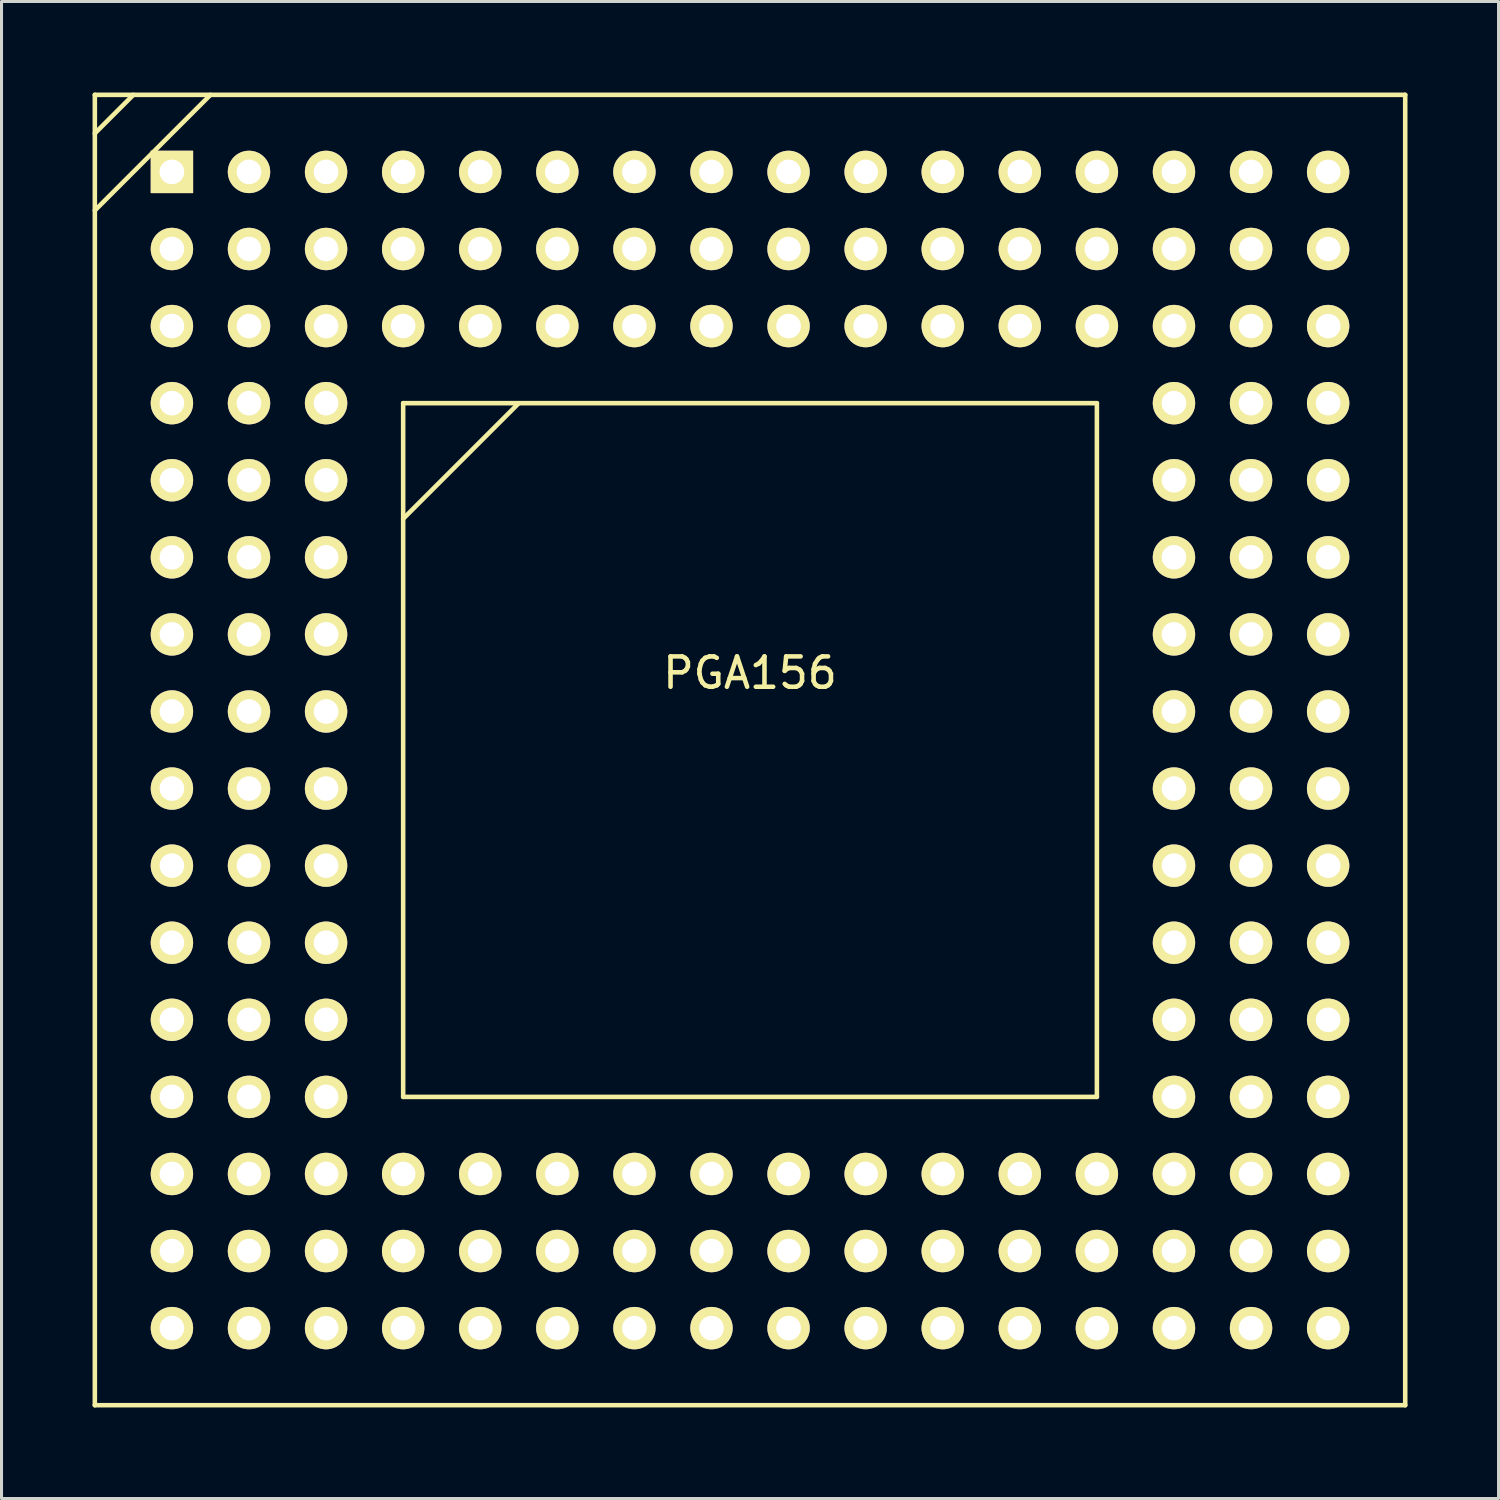
<source format=kicad_pcb>
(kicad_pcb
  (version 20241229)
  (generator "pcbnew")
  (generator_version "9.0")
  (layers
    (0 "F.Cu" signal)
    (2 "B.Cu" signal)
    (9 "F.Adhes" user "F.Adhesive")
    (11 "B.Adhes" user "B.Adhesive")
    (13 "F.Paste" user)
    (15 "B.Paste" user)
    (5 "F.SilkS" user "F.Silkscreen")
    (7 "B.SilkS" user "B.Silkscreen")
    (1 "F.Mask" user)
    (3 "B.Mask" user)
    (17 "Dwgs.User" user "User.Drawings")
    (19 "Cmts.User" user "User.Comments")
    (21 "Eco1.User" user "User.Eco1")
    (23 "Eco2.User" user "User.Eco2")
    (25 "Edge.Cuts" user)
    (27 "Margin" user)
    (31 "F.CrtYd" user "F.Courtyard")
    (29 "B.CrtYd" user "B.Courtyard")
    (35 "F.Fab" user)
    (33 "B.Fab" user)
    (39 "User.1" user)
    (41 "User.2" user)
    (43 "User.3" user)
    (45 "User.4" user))
  (footprint "PGA156"
    (layer "F.Cu")
    (at 21.665 21.665)
    (property "Reference" "PGA156" (at 0 -2.54 0) (layer "F.SilkS") (effects (font (size 1 1) (thickness 0.15))))
    (attr through_hole)
    (fp_line (start -21.59 -21.59) (end 21.59 -21.59) (stroke (width 0.15) (type solid)) (layer "F.SilkS"))
    (fp_line (start -21.59 -20.32) (end -20.32 -21.59) (stroke (width 0.15) (type solid)) (layer "F.SilkS"))
    (fp_line (start -21.59 -17.78) (end -17.78 -21.59) (stroke (width 0.15) (type solid)) (layer "F.SilkS"))
    (fp_line (start -21.59 21.59) (end -21.59 -21.59) (stroke (width 0.15) (type solid)) (layer "F.SilkS"))
    (fp_line (start -11.43 -11.43) (end 11.43 -11.43) (stroke (width 0.15) (type solid)) (layer "F.SilkS"))
    (fp_line (start -11.43 -7.62) (end -7.62 -11.43) (stroke (width 0.15) (type solid)) (layer "F.SilkS"))
    (fp_line (start -11.43 11.43) (end -11.43 -11.43) (stroke (width 0.15) (type solid)) (layer "F.SilkS"))
    (fp_line (start 11.43 -11.43) (end 11.43 11.43) (stroke (width 0.15) (type solid)) (layer "F.SilkS"))
    (fp_line (start 11.43 11.43) (end -11.43 11.43) (stroke (width 0.15) (type solid)) (layer "F.SilkS"))
    (fp_line (start 21.59 -21.59) (end 21.59 21.59) (stroke (width 0.15) (type solid)) (layer "F.SilkS"))
    (fp_line (start 21.59 21.59) (end -21.59 21.59) (stroke (width 0.15) (type solid)) (layer "F.SilkS"))
    (pad "A1" thru_hole rect (at -19.05 -19.05) (size 1.397 1.397) (drill 0.813) (layers "*.Cu" "*.Mask" "F.SilkS"))
    (pad "A2" thru_hole circle (at -16.51 -19.05) (size 1.397 1.397) (drill 0.813) (layers "*.Cu" "*.Mask" "F.SilkS"))
    (pad "A3" thru_hole circle (at -13.97 -19.05) (size 1.397 1.397) (drill 0.813) (layers "*.Cu" "*.Mask" "F.SilkS"))
    (pad "A4" thru_hole circle (at -11.43 -19.05) (size 1.397 1.397) (drill 0.813) (layers "*.Cu" "*.Mask" "F.SilkS"))
    (pad "A5" thru_hole circle (at -8.89 -19.05) (size 1.397 1.397) (drill 0.813) (layers "*.Cu" "*.Mask" "F.SilkS"))
    (pad "A6" thru_hole circle (at -6.35 -19.05) (size 1.397 1.397) (drill 0.813) (layers "*.Cu" "*.Mask" "F.SilkS"))
    (pad "A7" thru_hole circle (at -3.81 -19.05) (size 1.397 1.397) (drill 0.813) (layers "*.Cu" "*.Mask" "F.SilkS"))
    (pad "A8" thru_hole circle (at -1.27 -19.05) (size 1.397 1.397) (drill 0.813) (layers "*.Cu" "*.Mask" "F.SilkS"))
    (pad "A9" thru_hole circle (at 1.27 -19.05) (size 1.397 1.397) (drill 0.813) (layers "*.Cu" "*.Mask" "F.SilkS"))
    (pad "A10" thru_hole circle (at 3.81 -19.05) (size 1.397 1.397) (drill 0.813) (layers "*.Cu" "*.Mask" "F.SilkS"))
    (pad "A11" thru_hole circle (at 6.35 -19.05) (size 1.397 1.397) (drill 0.813) (layers "*.Cu" "*.Mask" "F.SilkS"))
    (pad "A12" thru_hole circle (at 8.89 -19.05) (size 1.397 1.397) (drill 0.813) (layers "*.Cu" "*.Mask" "F.SilkS"))
    (pad "A13" thru_hole circle (at 11.43 -19.05) (size 1.397 1.397) (drill 0.813) (layers "*.Cu" "*.Mask" "F.SilkS"))
    (pad "A14" thru_hole circle (at 13.97 -19.05) (size 1.397 1.397) (drill 0.813) (layers "*.Cu" "*.Mask" "F.SilkS"))
    (pad "A15" thru_hole circle (at 16.51 -19.05) (size 1.397 1.397) (drill 0.813) (layers "*.Cu" "*.Mask" "F.SilkS"))
    (pad "A16" thru_hole circle (at 19.05 -19.05) (size 1.397 1.397) (drill 0.813) (layers "*.Cu" "*.Mask" "F.SilkS"))
    (pad "B1" thru_hole circle (at -19.05 -16.51) (size 1.397 1.397) (drill 0.813) (layers "*.Cu" "*.Mask" "F.SilkS"))
    (pad "B2" thru_hole circle (at -16.51 -16.51) (size 1.397 1.397) (drill 0.813) (layers "*.Cu" "*.Mask" "F.SilkS"))
    (pad "B3" thru_hole circle (at -13.97 -16.51) (size 1.397 1.397) (drill 0.813) (layers "*.Cu" "*.Mask" "F.SilkS"))
    (pad "B4" thru_hole circle (at -11.43 -16.51) (size 1.397 1.397) (drill 0.813) (layers "*.Cu" "*.Mask" "F.SilkS"))
    (pad "B5" thru_hole circle (at -8.89 -16.51) (size 1.397 1.397) (drill 0.813) (layers "*.Cu" "*.Mask" "F.SilkS"))
    (pad "B6" thru_hole circle (at -6.35 -16.51) (size 1.397 1.397) (drill 0.813) (layers "*.Cu" "*.Mask" "F.SilkS"))
    (pad "B7" thru_hole circle (at -3.81 -16.51) (size 1.397 1.397) (drill 0.813) (layers "*.Cu" "*.Mask" "F.SilkS"))
    (pad "B8" thru_hole circle (at -1.27 -16.51) (size 1.397 1.397) (drill 0.813) (layers "*.Cu" "*.Mask" "F.SilkS"))
    (pad "B9" thru_hole circle (at 1.27 -16.51) (size 1.397 1.397) (drill 0.813) (layers "*.Cu" "*.Mask" "F.SilkS"))
    (pad "B10" thru_hole circle (at 3.81 -16.51) (size 1.397 1.397) (drill 0.813) (layers "*.Cu" "*.Mask" "F.SilkS"))
    (pad "B11" thru_hole circle (at 6.35 -16.51) (size 1.397 1.397) (drill 0.813) (layers "*.Cu" "*.Mask" "F.SilkS"))
    (pad "B12" thru_hole circle (at 8.89 -16.51) (size 1.397 1.397) (drill 0.813) (layers "*.Cu" "*.Mask" "F.SilkS"))
    (pad "B13" thru_hole circle (at 11.43 -16.51) (size 1.397 1.397) (drill 0.813) (layers "*.Cu" "*.Mask" "F.SilkS"))
    (pad "B14" thru_hole circle (at 13.97 -16.51) (size 1.397 1.397) (drill 0.813) (layers "*.Cu" "*.Mask" "F.SilkS"))
    (pad "B15" thru_hole circle (at 16.51 -16.51) (size 1.397 1.397) (drill 0.813) (layers "*.Cu" "*.Mask" "F.SilkS"))
    (pad "B16" thru_hole circle (at 19.05 -16.51) (size 1.397 1.397) (drill 0.813) (layers "*.Cu" "*.Mask" "F.SilkS"))
    (pad "C1" thru_hole circle (at -19.05 -13.97) (size 1.397 1.397) (drill 0.813) (layers "*.Cu" "*.Mask" "F.SilkS"))
    (pad "C2" thru_hole circle (at -16.51 -13.97) (size 1.397 1.397) (drill 0.813) (layers "*.Cu" "*.Mask" "F.SilkS"))
    (pad "C3" thru_hole circle (at -13.97 -13.97) (size 1.397 1.397) (drill 0.813) (layers "*.Cu" "*.Mask" "F.SilkS"))
    (pad "C4" thru_hole circle (at -11.43 -13.97) (size 1.397 1.397) (drill 0.813) (layers "*.Cu" "*.Mask" "F.SilkS"))
    (pad "C5" thru_hole circle (at -8.89 -13.97) (size 1.397 1.397) (drill 0.813) (layers "*.Cu" "*.Mask" "F.SilkS"))
    (pad "C6" thru_hole circle (at -6.35 -13.97) (size 1.397 1.397) (drill 0.813) (layers "*.Cu" "*.Mask" "F.SilkS"))
    (pad "C7" thru_hole circle (at -3.81 -13.97) (size 1.397 1.397) (drill 0.813) (layers "*.Cu" "*.Mask" "F.SilkS"))
    (pad "C8" thru_hole circle (at -1.27 -13.97) (size 1.397 1.397) (drill 0.813) (layers "*.Cu" "*.Mask" "F.SilkS"))
    (pad "C9" thru_hole circle (at 1.27 -13.97) (size 1.397 1.397) (drill 0.813) (layers "*.Cu" "*.Mask" "F.SilkS"))
    (pad "C10" thru_hole circle (at 3.81 -13.97) (size 1.397 1.397) (drill 0.813) (layers "*.Cu" "*.Mask" "F.SilkS"))
    (pad "C11" thru_hole circle (at 6.35 -13.97) (size 1.397 1.397) (drill 0.813) (layers "*.Cu" "*.Mask" "F.SilkS"))
    (pad "C12" thru_hole circle (at 8.89 -13.97) (size 1.397 1.397) (drill 0.813) (layers "*.Cu" "*.Mask" "F.SilkS"))
    (pad "C13" thru_hole circle (at 11.43 -13.97) (size 1.397 1.397) (drill 0.813) (layers "*.Cu" "*.Mask" "F.SilkS"))
    (pad "C14" thru_hole circle (at 13.97 -13.97) (size 1.397 1.397) (drill 0.813) (layers "*.Cu" "*.Mask" "F.SilkS"))
    (pad "C15" thru_hole circle (at 16.51 -13.97) (size 1.397 1.397) (drill 0.813) (layers "*.Cu" "*.Mask" "F.SilkS"))
    (pad "C16" thru_hole circle (at 19.05 -13.97) (size 1.397 1.397) (drill 0.813) (layers "*.Cu" "*.Mask" "F.SilkS"))
    (pad "D1" thru_hole circle (at -19.05 -11.43) (size 1.397 1.397) (drill 0.813) (layers "*.Cu" "*.Mask" "F.SilkS"))
    (pad "D2" thru_hole circle (at -16.51 -11.43) (size 1.397 1.397) (drill 0.813) (layers "*.Cu" "*.Mask" "F.SilkS"))
    (pad "D3" thru_hole circle (at -13.97 -11.43) (size 1.397 1.397) (drill 0.813) (layers "*.Cu" "*.Mask" "F.SilkS"))
    (pad "D14" thru_hole circle (at 13.97 -11.43) (size 1.397 1.397) (drill 0.813) (layers "*.Cu" "*.Mask" "F.SilkS"))
    (pad "D15" thru_hole circle (at 16.51 -11.43) (size 1.397 1.397) (drill 0.813) (layers "*.Cu" "*.Mask" "F.SilkS"))
    (pad "D16" thru_hole circle (at 19.05 -11.43) (size 1.397 1.397) (drill 0.813) (layers "*.Cu" "*.Mask" "F.SilkS"))
    (pad "E1" thru_hole circle (at -19.05 -8.89) (size 1.397 1.397) (drill 0.813) (layers "*.Cu" "*.Mask" "F.SilkS"))
    (pad "E2" thru_hole circle (at -16.51 -8.89) (size 1.397 1.397) (drill 0.813) (layers "*.Cu" "*.Mask" "F.SilkS"))
    (pad "E3" thru_hole circle (at -13.97 -8.89) (size 1.397 1.397) (drill 0.813) (layers "*.Cu" "*.Mask" "F.SilkS"))
    (pad "E14" thru_hole circle (at 13.97 -8.89) (size 1.397 1.397) (drill 0.813) (layers "*.Cu" "*.Mask" "F.SilkS"))
    (pad "E15" thru_hole circle (at 16.51 -8.89) (size 1.397 1.397) (drill 0.813) (layers "*.Cu" "*.Mask" "F.SilkS"))
    (pad "E16" thru_hole circle (at 19.05 -8.89) (size 1.397 1.397) (drill 0.813) (layers "*.Cu" "*.Mask" "F.SilkS"))
    (pad "F1" thru_hole circle (at -19.05 -6.35) (size 1.397 1.397) (drill 0.813) (layers "*.Cu" "*.Mask" "F.SilkS"))
    (pad "F2" thru_hole circle (at -16.51 -6.35) (size 1.397 1.397) (drill 0.813) (layers "*.Cu" "*.Mask" "F.SilkS"))
    (pad "F3" thru_hole circle (at -13.97 -6.35) (size 1.397 1.397) (drill 0.813) (layers "*.Cu" "*.Mask" "F.SilkS"))
    (pad "F14" thru_hole circle (at 13.97 -6.35) (size 1.397 1.397) (drill 0.813) (layers "*.Cu" "*.Mask" "F.SilkS"))
    (pad "F15" thru_hole circle (at 16.51 -6.35) (size 1.397 1.397) (drill 0.813) (layers "*.Cu" "*.Mask" "F.SilkS"))
    (pad "F16" thru_hole circle (at 19.05 -6.35) (size 1.397 1.397) (drill 0.813) (layers "*.Cu" "*.Mask" "F.SilkS"))
    (pad "G1" thru_hole circle (at -19.05 -3.81) (size 1.397 1.397) (drill 0.813) (layers "*.Cu" "*.Mask" "F.SilkS"))
    (pad "G2" thru_hole circle (at -16.51 -3.81) (size 1.397 1.397) (drill 0.813) (layers "*.Cu" "*.Mask" "F.SilkS"))
    (pad "G3" thru_hole circle (at -13.97 -3.81) (size 1.397 1.397) (drill 0.813) (layers "*.Cu" "*.Mask" "F.SilkS"))
    (pad "G14" thru_hole circle (at 13.97 -3.81) (size 1.397 1.397) (drill 0.813) (layers "*.Cu" "*.Mask" "F.SilkS"))
    (pad "G15" thru_hole circle (at 16.51 -3.81) (size 1.397 1.397) (drill 0.813) (layers "*.Cu" "*.Mask" "F.SilkS"))
    (pad "G16" thru_hole circle (at 19.05 -3.81) (size 1.397 1.397) (drill 0.813) (layers "*.Cu" "*.Mask" "F.SilkS"))
    (pad "H1" thru_hole circle (at -19.05 -1.27) (size 1.397 1.397) (drill 0.813) (layers "*.Cu" "*.Mask" "F.SilkS"))
    (pad "H2" thru_hole circle (at -16.51 -1.27) (size 1.397 1.397) (drill 0.813) (layers "*.Cu" "*.Mask" "F.SilkS"))
    (pad "H3" thru_hole circle (at -13.97 -1.27) (size 1.397 1.397) (drill 0.813) (layers "*.Cu" "*.Mask" "F.SilkS"))
    (pad "H14" thru_hole circle (at 13.97 -1.27) (size 1.397 1.397) (drill 0.813) (layers "*.Cu" "*.Mask" "F.SilkS"))
    (pad "H15" thru_hole circle (at 16.51 -1.27) (size 1.397 1.397) (drill 0.813) (layers "*.Cu" "*.Mask" "F.SilkS"))
    (pad "H16" thru_hole circle (at 19.05 -1.27) (size 1.397 1.397) (drill 0.813) (layers "*.Cu" "*.Mask" "F.SilkS"))
    (pad "J1" thru_hole circle (at -19.05 1.27) (size 1.397 1.397) (drill 0.813) (layers "*.Cu" "*.Mask" "F.SilkS"))
    (pad "J2" thru_hole circle (at -16.51 1.27) (size 1.397 1.397) (drill 0.813) (layers "*.Cu" "*.Mask" "F.SilkS"))
    (pad "J3" thru_hole circle (at -13.97 1.27) (size 1.397 1.397) (drill 0.813) (layers "*.Cu" "*.Mask" "F.SilkS"))
    (pad "J14" thru_hole circle (at 13.97 1.27) (size 1.397 1.397) (drill 0.813) (layers "*.Cu" "*.Mask" "F.SilkS"))
    (pad "J15" thru_hole circle (at 16.51 1.27) (size 1.397 1.397) (drill 0.813) (layers "*.Cu" "*.Mask" "F.SilkS"))
    (pad "J16" thru_hole circle (at 19.05 1.27) (size 1.397 1.397) (drill 0.813) (layers "*.Cu" "*.Mask" "F.SilkS"))
    (pad "K1" thru_hole circle (at -19.05 3.81) (size 1.397 1.397) (drill 0.813) (layers "*.Cu" "*.Mask" "F.SilkS"))
    (pad "K2" thru_hole circle (at -16.51 3.81) (size 1.397 1.397) (drill 0.813) (layers "*.Cu" "*.Mask" "F.SilkS"))
    (pad "K3" thru_hole circle (at -13.97 3.81) (size 1.397 1.397) (drill 0.813) (layers "*.Cu" "*.Mask" "F.SilkS"))
    (pad "K14" thru_hole circle (at 13.97 3.81) (size 1.397 1.397) (drill 0.813) (layers "*.Cu" "*.Mask" "F.SilkS"))
    (pad "K15" thru_hole circle (at 16.51 3.81) (size 1.397 1.397) (drill 0.813) (layers "*.Cu" "*.Mask" "F.SilkS"))
    (pad "K16" thru_hole circle (at 19.05 3.81) (size 1.397 1.397) (drill 0.813) (layers "*.Cu" "*.Mask" "F.SilkS"))
    (pad "L1" thru_hole circle (at -19.05 6.35) (size 1.397 1.397) (drill 0.813) (layers "*.Cu" "*.Mask" "F.SilkS"))
    (pad "L2" thru_hole circle (at -16.51 6.35) (size 1.397 1.397) (drill 0.813) (layers "*.Cu" "*.Mask" "F.SilkS"))
    (pad "L3" thru_hole circle (at -13.97 6.35) (size 1.397 1.397) (drill 0.813) (layers "*.Cu" "*.Mask" "F.SilkS"))
    (pad "L14" thru_hole circle (at 13.97 6.35) (size 1.397 1.397) (drill 0.813) (layers "*.Cu" "*.Mask" "F.SilkS"))
    (pad "L15" thru_hole circle (at 16.51 6.35) (size 1.397 1.397) (drill 0.813) (layers "*.Cu" "*.Mask" "F.SilkS"))
    (pad "L16" thru_hole circle (at 19.05 6.35) (size 1.397 1.397) (drill 0.813) (layers "*.Cu" "*.Mask" "F.SilkS"))
    (pad "M1" thru_hole circle (at -19.05 8.89) (size 1.397 1.397) (drill 0.813) (layers "*.Cu" "*.Mask" "F.SilkS"))
    (pad "M2" thru_hole circle (at -16.51 8.89) (size 1.397 1.397) (drill 0.813) (layers "*.Cu" "*.Mask" "F.SilkS"))
    (pad "M3" thru_hole circle (at -13.97 8.89) (size 1.397 1.397) (drill 0.813) (layers "*.Cu" "*.Mask" "F.SilkS"))
    (pad "M14" thru_hole circle (at 13.97 8.89) (size 1.397 1.397) (drill 0.813) (layers "*.Cu" "*.Mask" "F.SilkS"))
    (pad "M15" thru_hole circle (at 16.51 8.89) (size 1.397 1.397) (drill 0.813) (layers "*.Cu" "*.Mask" "F.SilkS"))
    (pad "M16" thru_hole circle (at 19.05 8.89) (size 1.397 1.397) (drill 0.813) (layers "*.Cu" "*.Mask" "F.SilkS"))
    (pad "N1" thru_hole circle (at -19.05 11.43) (size 1.397 1.397) (drill 0.813) (layers "*.Cu" "*.Mask" "F.SilkS"))
    (pad "N2" thru_hole circle (at -16.51 11.43) (size 1.397 1.397) (drill 0.813) (layers "*.Cu" "*.Mask" "F.SilkS"))
    (pad "N3" thru_hole circle (at -13.97 11.43) (size 1.397 1.397) (drill 0.813) (layers "*.Cu" "*.Mask" "F.SilkS"))
    (pad "N14" thru_hole circle (at 13.97 11.43) (size 1.397 1.397) (drill 0.813) (layers "*.Cu" "*.Mask" "F.SilkS"))
    (pad "N15" thru_hole circle (at 16.51 11.43) (size 1.397 1.397) (drill 0.813) (layers "*.Cu" "*.Mask" "F.SilkS"))
    (pad "N16" thru_hole circle (at 19.05 11.43) (size 1.397 1.397) (drill 0.813) (layers "*.Cu" "*.Mask" "F.SilkS"))
    (pad "P1" thru_hole circle (at -19.05 13.97) (size 1.397 1.397) (drill 0.813) (layers "*.Cu" "*.Mask" "F.SilkS"))
    (pad "P2" thru_hole circle (at -16.51 13.97) (size 1.397 1.397) (drill 0.813) (layers "*.Cu" "*.Mask" "F.SilkS"))
    (pad "P3" thru_hole circle (at -13.97 13.97) (size 1.397 1.397) (drill 0.813) (layers "*.Cu" "*.Mask" "F.SilkS"))
    (pad "P4" thru_hole circle (at -11.43 13.97) (size 1.397 1.397) (drill 0.813) (layers "*.Cu" "*.Mask" "F.SilkS"))
    (pad "P5" thru_hole circle (at -8.89 13.97) (size 1.397 1.397) (drill 0.813) (layers "*.Cu" "*.Mask" "F.SilkS"))
    (pad "P6" thru_hole circle (at -6.35 13.97) (size 1.397 1.397) (drill 0.813) (layers "*.Cu" "*.Mask" "F.SilkS"))
    (pad "P7" thru_hole circle (at -3.81 13.97) (size 1.397 1.397) (drill 0.813) (layers "*.Cu" "*.Mask" "F.SilkS"))
    (pad "P8" thru_hole circle (at -1.27 13.97) (size 1.397 1.397) (drill 0.813) (layers "*.Cu" "*.Mask" "F.SilkS"))
    (pad "P9" thru_hole circle (at 1.27 13.97) (size 1.397 1.397) (drill 0.813) (layers "*.Cu" "*.Mask" "F.SilkS"))
    (pad "P10" thru_hole circle (at 3.81 13.97) (size 1.397 1.397) (drill 0.813) (layers "*.Cu" "*.Mask" "F.SilkS"))
    (pad "P11" thru_hole circle (at 6.35 13.97) (size 1.397 1.397) (drill 0.813) (layers "*.Cu" "*.Mask" "F.SilkS"))
    (pad "P12" thru_hole circle (at 8.89 13.97) (size 1.397 1.397) (drill 0.813) (layers "*.Cu" "*.Mask" "F.SilkS"))
    (pad "P13" thru_hole circle (at 11.43 13.97) (size 1.397 1.397) (drill 0.813) (layers "*.Cu" "*.Mask" "F.SilkS"))
    (pad "P14" thru_hole circle (at 13.97 13.97) (size 1.397 1.397) (drill 0.813) (layers "*.Cu" "*.Mask" "F.SilkS"))
    (pad "P15" thru_hole circle (at 16.51 13.97) (size 1.397 1.397) (drill 0.813) (layers "*.Cu" "*.Mask" "F.SilkS"))
    (pad "P16" thru_hole circle (at 19.05 13.97) (size 1.397 1.397) (drill 0.813) (layers "*.Cu" "*.Mask" "F.SilkS"))
    (pad "R1" thru_hole circle (at -19.05 16.51) (size 1.397 1.397) (drill 0.813) (layers "*.Cu" "*.Mask" "F.SilkS"))
    (pad "R2" thru_hole circle (at -16.51 16.51) (size 1.397 1.397) (drill 0.813) (layers "*.Cu" "*.Mask" "F.SilkS"))
    (pad "R3" thru_hole circle (at -13.97 16.51) (size 1.397 1.397) (drill 0.813) (layers "*.Cu" "*.Mask" "F.SilkS"))
    (pad "R4" thru_hole circle (at -11.43 16.51) (size 1.397 1.397) (drill 0.813) (layers "*.Cu" "*.Mask" "F.SilkS"))
    (pad "R5" thru_hole circle (at -8.89 16.51) (size 1.397 1.397) (drill 0.813) (layers "*.Cu" "*.Mask" "F.SilkS"))
    (pad "R6" thru_hole circle (at -6.35 16.51) (size 1.397 1.397) (drill 0.813) (layers "*.Cu" "*.Mask" "F.SilkS"))
    (pad "R7" thru_hole circle (at -3.81 16.51) (size 1.397 1.397) (drill 0.813) (layers "*.Cu" "*.Mask" "F.SilkS"))
    (pad "R8" thru_hole circle (at -1.27 16.51) (size 1.397 1.397) (drill 0.813) (layers "*.Cu" "*.Mask" "F.SilkS"))
    (pad "R9" thru_hole circle (at 1.27 16.51) (size 1.397 1.397) (drill 0.813) (layers "*.Cu" "*.Mask" "F.SilkS"))
    (pad "R10" thru_hole circle (at 3.81 16.51) (size 1.397 1.397) (drill 0.813) (layers "*.Cu" "*.Mask" "F.SilkS"))
    (pad "R11" thru_hole circle (at 6.35 16.51) (size 1.397 1.397) (drill 0.813) (layers "*.Cu" "*.Mask" "F.SilkS"))
    (pad "R12" thru_hole circle (at 8.89 16.51) (size 1.397 1.397) (drill 0.813) (layers "*.Cu" "*.Mask" "F.SilkS"))
    (pad "R13" thru_hole circle (at 11.43 16.51) (size 1.397 1.397) (drill 0.813) (layers "*.Cu" "*.Mask" "F.SilkS"))
    (pad "R14" thru_hole circle (at 13.97 16.51) (size 1.397 1.397) (drill 0.813) (layers "*.Cu" "*.Mask" "F.SilkS"))
    (pad "R15" thru_hole circle (at 16.51 16.51) (size 1.397 1.397) (drill 0.813) (layers "*.Cu" "*.Mask" "F.SilkS"))
    (pad "R16" thru_hole circle (at 19.05 16.51) (size 1.397 1.397) (drill 0.813) (layers "*.Cu" "*.Mask" "F.SilkS"))
    (pad "T1" thru_hole circle (at -19.05 19.05) (size 1.397 1.397) (drill 0.813) (layers "*.Cu" "*.Mask" "F.SilkS"))
    (pad "T2" thru_hole circle (at -16.51 19.05) (size 1.397 1.397) (drill 0.813) (layers "*.Cu" "*.Mask" "F.SilkS"))
    (pad "T3" thru_hole circle (at -13.97 19.05) (size 1.397 1.397) (drill 0.813) (layers "*.Cu" "*.Mask" "F.SilkS"))
    (pad "T4" thru_hole circle (at -11.43 19.05) (size 1.397 1.397) (drill 0.813) (layers "*.Cu" "*.Mask" "F.SilkS"))
    (pad "T5" thru_hole circle (at -8.89 19.05) (size 1.397 1.397) (drill 0.813) (layers "*.Cu" "*.Mask" "F.SilkS"))
    (pad "T6" thru_hole circle (at -6.35 19.05) (size 1.397 1.397) (drill 0.813) (layers "*.Cu" "*.Mask" "F.SilkS"))
    (pad "T7" thru_hole circle (at -3.81 19.05) (size 1.397 1.397) (drill 0.813) (layers "*.Cu" "*.Mask" "F.SilkS"))
    (pad "T8" thru_hole circle (at -1.27 19.05) (size 1.397 1.397) (drill 0.813) (layers "*.Cu" "*.Mask" "F.SilkS"))
    (pad "T9" thru_hole circle (at 1.27 19.05) (size 1.397 1.397) (drill 0.813) (layers "*.Cu" "*.Mask" "F.SilkS"))
    (pad "T10" thru_hole circle (at 3.81 19.05) (size 1.397 1.397) (drill 0.813) (layers "*.Cu" "*.Mask" "F.SilkS"))
    (pad "T11" thru_hole circle (at 6.35 19.05) (size 1.397 1.397) (drill 0.813) (layers "*.Cu" "*.Mask" "F.SilkS"))
    (pad "T12" thru_hole circle (at 8.89 19.05) (size 1.397 1.397) (drill 0.813) (layers "*.Cu" "*.Mask" "F.SilkS"))
    (pad "T13" thru_hole circle (at 11.43 19.05) (size 1.397 1.397) (drill 0.813) (layers "*.Cu" "*.Mask" "F.SilkS"))
    (pad "T14" thru_hole circle (at 13.97 19.05) (size 1.397 1.397) (drill 0.813) (layers "*.Cu" "*.Mask" "F.SilkS"))
    (pad "T15" thru_hole circle (at 16.51 19.05) (size 1.397 1.397) (drill 0.813) (layers "*.Cu" "*.Mask" "F.SilkS"))
    (pad "T16" thru_hole circle (at 19.05 19.05) (size 1.397 1.397) (drill 0.813) (layers "*.Cu" "*.Mask" "F.SilkS")))
  (gr_rect
    (start -3 -3)
    (end 46.33 46.33)
    (stroke (width 0.1) (type default))
    (fill no)
    (layer "Edge.Cuts")))
</source>
